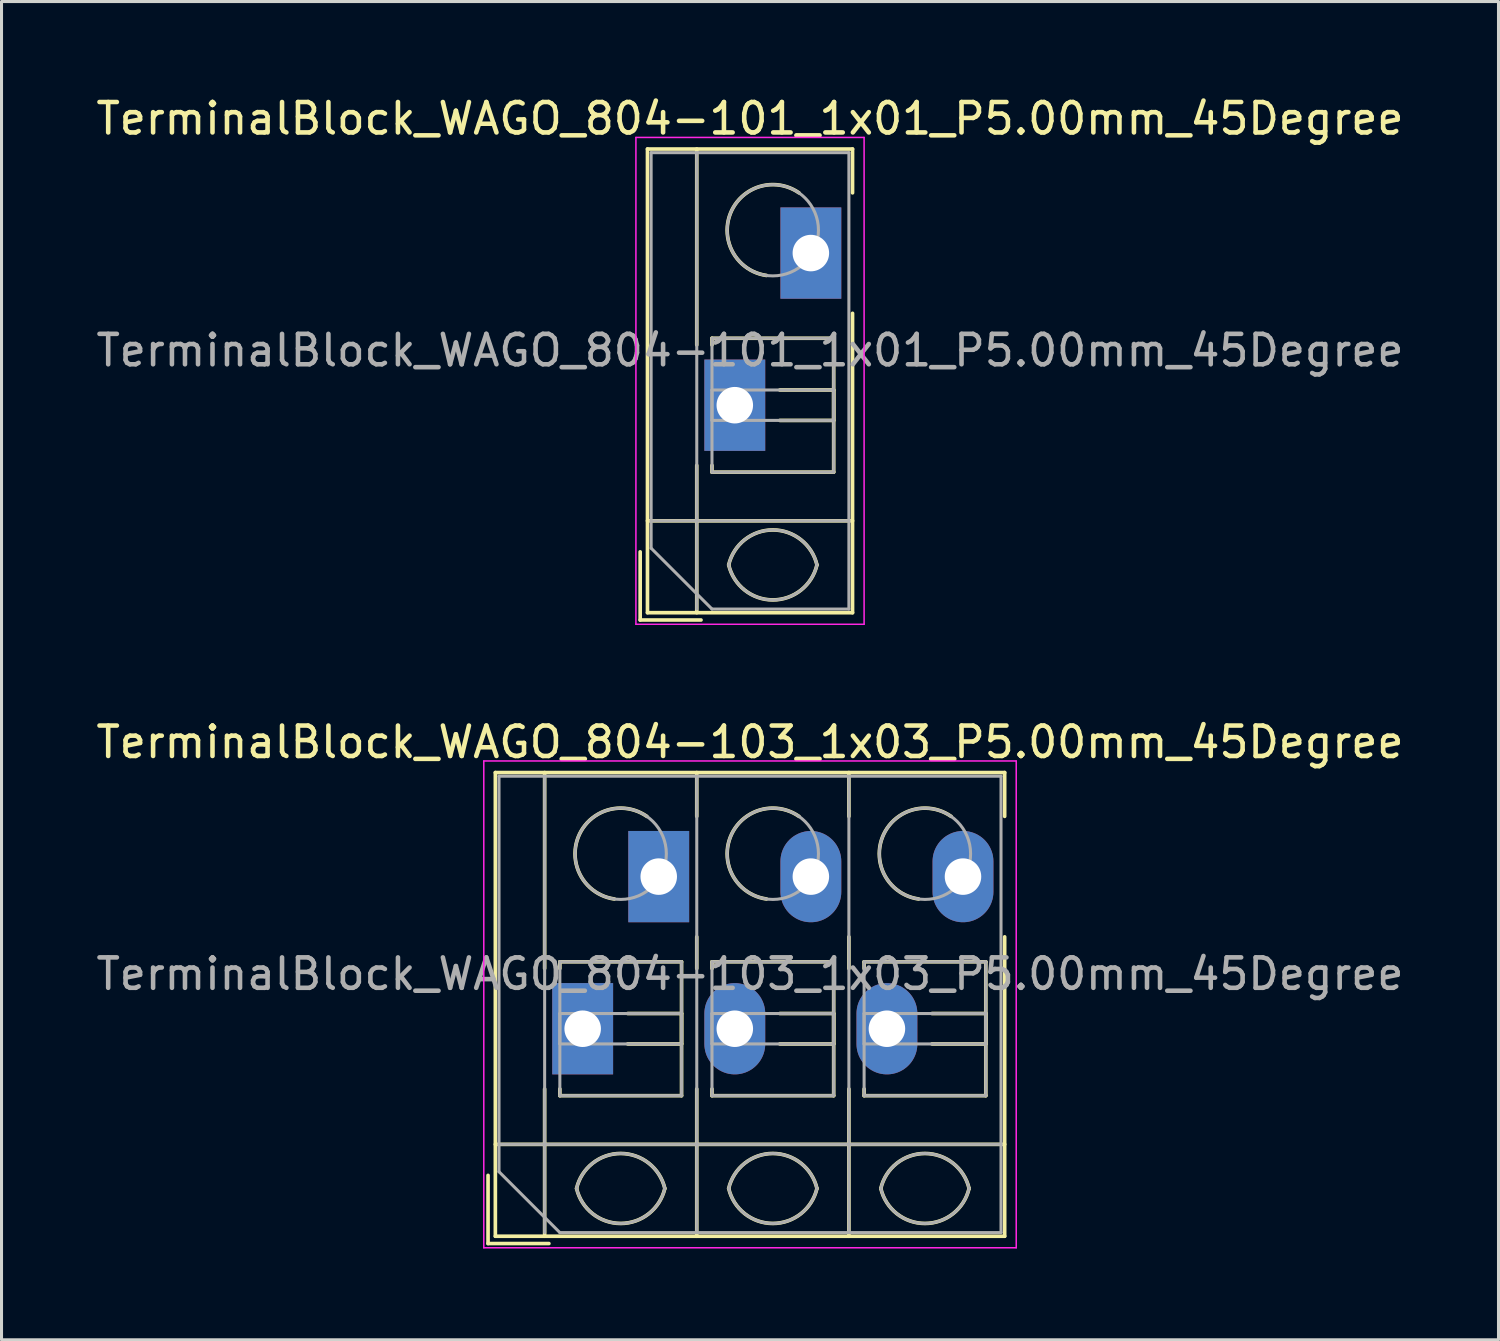
<source format=kicad_pcb>
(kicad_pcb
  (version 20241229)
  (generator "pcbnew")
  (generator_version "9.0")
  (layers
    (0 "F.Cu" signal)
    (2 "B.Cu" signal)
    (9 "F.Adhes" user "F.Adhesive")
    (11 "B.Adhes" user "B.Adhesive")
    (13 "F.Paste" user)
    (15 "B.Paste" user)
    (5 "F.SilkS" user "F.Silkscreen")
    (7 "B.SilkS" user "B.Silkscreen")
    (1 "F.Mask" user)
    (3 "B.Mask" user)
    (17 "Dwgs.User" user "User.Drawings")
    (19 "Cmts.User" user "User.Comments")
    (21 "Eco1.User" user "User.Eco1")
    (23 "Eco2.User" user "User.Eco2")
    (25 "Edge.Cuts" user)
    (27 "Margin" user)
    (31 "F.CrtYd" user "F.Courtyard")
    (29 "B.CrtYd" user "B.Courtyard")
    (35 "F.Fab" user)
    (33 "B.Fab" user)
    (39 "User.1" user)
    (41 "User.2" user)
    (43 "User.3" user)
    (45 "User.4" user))
  (footprint "TerminalBlock_WAGO_804-101_1x01_P5.00mm_45Degree"
    (layer "F.Cu")
    (at 21.101 10.268)
    (property "Reference" "TerminalBlock_WAGO_804-101_1x01_P5.00mm_45Degree" (at 0.5 -9.42 0) (layer "F.SilkS") (effects (font (size 1 1) (thickness 0.15))))
    (attr through_hole)
    (fp_line (start -3.11 4.82) (end -3.11 7.06) (stroke (width 0.12) (type solid)) (layer "F.SilkS"))
    (fp_line (start -3.11 7.06) (end -1.11 7.06) (stroke (width 0.12) (type solid)) (layer "F.SilkS"))
    (fp_line (start -2.87 -8.42) (end -2.87 6.82) (stroke (width 0.12) (type solid)) (layer "F.SilkS"))
    (fp_line (start -2.87 -8.42) (end 3.87 -8.42) (stroke (width 0.12) (type solid)) (layer "F.SilkS"))
    (fp_line (start -2.87 3.8) (end 3.87 3.8) (stroke (width 0.12) (type solid)) (layer "F.SilkS"))
    (fp_line (start -2.87 6.82) (end 3.87 6.82) (stroke (width 0.12) (type solid)) (layer "F.SilkS"))
    (fp_line (start -1.25 -8.42) (end -1.25 -1.98) (stroke (width 0.12) (type solid)) (layer "F.SilkS"))
    (fp_line (start -1.25 1.98) (end -1.25 6.82) (stroke (width 0.12) (type solid)) (layer "F.SilkS"))
    (fp_line (start -0.75 -2.2) (end -0.75 -1.98) (stroke (width 0.12) (type solid)) (layer "F.SilkS"))
    (fp_line (start -0.75 -2.2) (end 3.25 -2.2) (stroke (width 0.12) (type solid)) (layer "F.SilkS"))
    (fp_line (start -0.75 1.98) (end -0.75 2.2) (stroke (width 0.12) (type solid)) (layer "F.SilkS"))
    (fp_line (start -0.75 2.2) (end 3.25 2.2) (stroke (width 0.12) (type solid)) (layer "F.SilkS"))
    (fp_line (start 1.48 -0.5) (end 3.25 -0.5) (stroke (width 0.12) (type solid)) (layer "F.SilkS"))
    (fp_line (start 1.48 0.5) (end 3.25 0.5) (stroke (width 0.12) (type solid)) (layer "F.SilkS"))
    (fp_line (start 3.25 -2.2) (end 3.25 2.2) (stroke (width 0.12) (type solid)) (layer "F.SilkS"))
    (fp_line (start 3.25 -0.5) (end 3.25 0.5) (stroke (width 0.12) (type solid)) (layer "F.SilkS"))
    (fp_line (start 3.87 -8.42) (end 3.87 -6.98) (stroke (width 0.12) (type solid)) (layer "F.SilkS"))
    (fp_line (start 3.87 -3.02) (end 3.87 6.82) (stroke (width 0.12) (type solid)) (layer "F.SilkS"))
    (fp_arc (start -0.200865 5.250424) (mid 1.250296 4.099926) (end 2.701 5.251) (stroke (width 0.12) (type solid)) (layer "F.SilkS"))
    (fp_arc (start 1.040798 -4.264067) (mid -0.146039 -6.300306) (end 2.111 -6.979) (stroke (width 0.12) (type solid)) (layer "F.SilkS"))
    (fp_arc (start 2.7 5.25) (mid 1.250068 6.400101) (end -0.199969 5.250133) (stroke (width 0.12) (type solid)) (layer "F.SilkS"))
    (fp_line (start -3.25 -8.8) (end -3.25 7.2) (stroke (width 0.05) (type solid)) (layer "F.CrtYd"))
    (fp_line (start -3.25 7.2) (end 4.25 7.2) (stroke (width 0.05) (type solid)) (layer "F.CrtYd"))
    (fp_line (start 4.25 -8.8) (end -3.25 -8.8) (stroke (width 0.05) (type solid)) (layer "F.CrtYd"))
    (fp_line (start 4.25 7.2) (end 4.25 -8.8) (stroke (width 0.05) (type solid)) (layer "F.CrtYd"))
    (fp_line (start -2.75 -8.3) (end 3.75 -8.3) (stroke (width 0.1) (type solid)) (layer "F.Fab"))
    (fp_line (start -2.75 3.8) (end 3.75 3.8) (stroke (width 0.1) (type solid)) (layer "F.Fab"))
    (fp_line (start -2.75 4.7) (end -2.75 -8.3) (stroke (width 0.1) (type solid)) (layer "F.Fab"))
    (fp_line (start -1.25 -8.3) (end -1.25 6.7) (stroke (width 0.1) (type solid)) (layer "F.Fab"))
    (fp_line (start -0.75 -2.2) (end -0.75 2.2) (stroke (width 0.1) (type solid)) (layer "F.Fab"))
    (fp_line (start -0.75 -0.5) (end -0.75 0.5) (stroke (width 0.1) (type solid)) (layer "F.Fab"))
    (fp_line (start -0.75 0.5) (end 3.25 0.5) (stroke (width 0.1) (type solid)) (layer "F.Fab"))
    (fp_line (start -0.75 2.2) (end 3.25 2.2) (stroke (width 0.1) (type solid)) (layer "F.Fab"))
    (fp_line (start -0.75 6.7) (end -2.75 4.7) (stroke (width 0.1) (type solid)) (layer "F.Fab"))
    (fp_line (start 3.25 -2.2) (end -0.75 -2.2) (stroke (width 0.1) (type solid)) (layer "F.Fab"))
    (fp_line (start 3.25 -0.5) (end -0.75 -0.5) (stroke (width 0.1) (type solid)) (layer "F.Fab"))
    (fp_line (start 3.25 0.5) (end 3.25 -0.5) (stroke (width 0.1) (type solid)) (layer "F.Fab"))
    (fp_line (start 3.25 2.2) (end 3.25 -2.2) (stroke (width 0.1) (type solid)) (layer "F.Fab"))
    (fp_line (start 3.75 -8.3) (end 3.75 6.7) (stroke (width 0.1) (type solid)) (layer "F.Fab"))
    (fp_line (start 3.75 6.7) (end -0.75 6.7) (stroke (width 0.1) (type solid)) (layer "F.Fab"))
    (fp_arc (start -0.200865 5.250424) (mid 1.250296 4.099926) (end 2.701 5.251) (stroke (width 0.1) (type solid)) (layer "F.Fab"))
    (fp_arc (start 2.7 5.25) (mid 1.250068 6.400101) (end -0.199969 5.250133) (stroke (width 0.1) (type solid)) (layer "F.Fab"))
    (fp_circle (center 1.25 -5.75) (end 2.75 -5.75) (stroke (width 0.1) (type solid)) (fill no) (layer "F.Fab"))
    (fp_text user "${REFERENCE}" (at 0.5 -1.8 0) (layer "F.Fab") (effects (font (size 1 1) (thickness 0.15))))
    (pad "1" thru_hole rect (at 0 0) (size 2 3) (drill 1.2) (layers "*.Cu" "*.Mask"))
    (pad "1" thru_hole rect (at 2.5 -5) (size 2 3) (drill 1.2) (layers "*.Cu" "*.Mask")))
  (footprint "TerminalBlock_WAGO_804-103_1x03_P5.00mm_45Degree"
    (layer "F.Cu")
    (at 16.101 30.762)
    (property "Reference" "TerminalBlock_WAGO_804-103_1x03_P5.00mm_45Degree" (at 5.5 -9.42 0) (layer "F.SilkS") (effects (font (size 1 1) (thickness 0.15))))
    (attr through_hole)
    (fp_line (start -3.11 4.82) (end -3.11 7.06) (stroke (width 0.12) (type solid)) (layer "F.SilkS"))
    (fp_line (start -3.11 7.06) (end -1.11 7.06) (stroke (width 0.12) (type solid)) (layer "F.SilkS"))
    (fp_line (start -2.87 -8.42) (end -2.87 6.82) (stroke (width 0.12) (type solid)) (layer "F.SilkS"))
    (fp_line (start -2.87 -8.42) (end 13.87 -8.42) (stroke (width 0.12) (type solid)) (layer "F.SilkS"))
    (fp_line (start -2.87 3.8) (end 13.87 3.8) (stroke (width 0.12) (type solid)) (layer "F.SilkS"))
    (fp_line (start -2.87 6.82) (end 13.87 6.82) (stroke (width 0.12) (type solid)) (layer "F.SilkS"))
    (fp_line (start -1.25 -8.42) (end -1.25 -1.98) (stroke (width 0.12) (type solid)) (layer "F.SilkS"))
    (fp_line (start -1.25 1.98) (end -1.25 6.82) (stroke (width 0.12) (type solid)) (layer "F.SilkS"))
    (fp_line (start -0.75 -2.2) (end -0.75 -1.98) (stroke (width 0.12) (type solid)) (layer "F.SilkS"))
    (fp_line (start -0.75 -2.2) (end 3.25 -2.2) (stroke (width 0.12) (type solid)) (layer "F.SilkS"))
    (fp_line (start -0.75 1.98) (end -0.75 2.2) (stroke (width 0.12) (type solid)) (layer "F.SilkS"))
    (fp_line (start -0.75 2.2) (end 3.25 2.2) (stroke (width 0.12) (type solid)) (layer "F.SilkS"))
    (fp_line (start 1.48 -0.5) (end 3.25 -0.5) (stroke (width 0.12) (type solid)) (layer "F.SilkS"))
    (fp_line (start 1.48 0.5) (end 3.25 0.5) (stroke (width 0.12) (type solid)) (layer "F.SilkS"))
    (fp_line (start 3.25 -2.2) (end 3.25 2.2) (stroke (width 0.12) (type solid)) (layer "F.SilkS"))
    (fp_line (start 3.25 -0.5) (end 3.25 0.5) (stroke (width 0.12) (type solid)) (layer "F.SilkS"))
    (fp_line (start 3.75 -8.42) (end 3.75 -6.98) (stroke (width 0.12) (type solid)) (layer "F.SilkS"))
    (fp_line (start 3.75 -3.02) (end 3.75 -1.98) (stroke (width 0.12) (type solid)) (layer "F.SilkS"))
    (fp_line (start 3.75 1.98) (end 3.75 6.82) (stroke (width 0.12) (type solid)) (layer "F.SilkS"))
    (fp_line (start 4.25 -2.2) (end 4.25 -1.98) (stroke (width 0.12) (type solid)) (layer "F.SilkS"))
    (fp_line (start 4.25 -2.2) (end 8.25 -2.2) (stroke (width 0.12) (type solid)) (layer "F.SilkS"))
    (fp_line (start 4.25 1.98) (end 4.25 2.2) (stroke (width 0.12) (type solid)) (layer "F.SilkS"))
    (fp_line (start 4.25 2.2) (end 8.25 2.2) (stroke (width 0.12) (type solid)) (layer "F.SilkS"))
    (fp_line (start 6.48 -0.5) (end 8.25 -0.5) (stroke (width 0.12) (type solid)) (layer "F.SilkS"))
    (fp_line (start 6.48 0.5) (end 8.25 0.5) (stroke (width 0.12) (type solid)) (layer "F.SilkS"))
    (fp_line (start 8.25 -2.2) (end 8.25 2.2) (stroke (width 0.12) (type solid)) (layer "F.SilkS"))
    (fp_line (start 8.25 -0.5) (end 8.25 0.5) (stroke (width 0.12) (type solid)) (layer "F.SilkS"))
    (fp_line (start 8.75 -8.42) (end 8.75 -6.98) (stroke (width 0.12) (type solid)) (layer "F.SilkS"))
    (fp_line (start 8.75 -3.02) (end 8.75 -1.98) (stroke (width 0.12) (type solid)) (layer "F.SilkS"))
    (fp_line (start 8.75 1.98) (end 8.75 6.82) (stroke (width 0.12) (type solid)) (layer "F.SilkS"))
    (fp_line (start 9.25 -2.2) (end 9.25 -1.98) (stroke (width 0.12) (type solid)) (layer "F.SilkS"))
    (fp_line (start 9.25 -2.2) (end 13.25 -2.2) (stroke (width 0.12) (type solid)) (layer "F.SilkS"))
    (fp_line (start 9.25 1.98) (end 9.25 2.2) (stroke (width 0.12) (type solid)) (layer "F.SilkS"))
    (fp_line (start 9.25 2.2) (end 13.25 2.2) (stroke (width 0.12) (type solid)) (layer "F.SilkS"))
    (fp_line (start 11.48 -0.5) (end 13.25 -0.5) (stroke (width 0.12) (type solid)) (layer "F.SilkS"))
    (fp_line (start 11.48 0.5) (end 13.25 0.5) (stroke (width 0.12) (type solid)) (layer "F.SilkS"))
    (fp_line (start 13.25 -2.2) (end 13.25 2.2) (stroke (width 0.12) (type solid)) (layer "F.SilkS"))
    (fp_line (start 13.25 -0.5) (end 13.25 0.5) (stroke (width 0.12) (type solid)) (layer "F.SilkS"))
    (fp_line (start 13.87 -8.42) (end 13.87 -6.98) (stroke (width 0.12) (type solid)) (layer "F.SilkS"))
    (fp_line (start 13.87 -3.02) (end 13.87 6.82) (stroke (width 0.12) (type solid)) (layer "F.SilkS"))
    (fp_arc (start -0.200865 5.250424) (mid 1.250296 4.099926) (end 2.701 5.251) (stroke (width 0.12) (type solid)) (layer "F.SilkS"))
    (fp_arc (start 1.040798 -4.264067) (mid -0.146039 -6.300306) (end 2.111 -6.979) (stroke (width 0.12) (type solid)) (layer "F.SilkS"))
    (fp_arc (start 2.7 5.25) (mid 1.250068 6.400101) (end -0.199969 5.250133) (stroke (width 0.12) (type solid)) (layer "F.SilkS"))
    (fp_arc (start 4.799135 5.250424) (mid 6.250296 4.099926) (end 7.701 5.251) (stroke (width 0.12) (type solid)) (layer "F.SilkS"))
    (fp_arc (start 6.040798 -4.264067) (mid 4.853961 -6.300306) (end 7.111 -6.979) (stroke (width 0.12) (type solid)) (layer "F.SilkS"))
    (fp_arc (start 7.7 5.25) (mid 6.250068 6.400101) (end 4.800031 5.250133) (stroke (width 0.12) (type solid)) (layer "F.SilkS"))
    (fp_arc (start 9.799135 5.250424) (mid 11.250296 4.099926) (end 12.701 5.251) (stroke (width 0.12) (type solid)) (layer "F.SilkS"))
    (fp_arc (start 11.040798 -4.264067) (mid 9.853961 -6.300306) (end 12.111 -6.979) (stroke (width 0.12) (type solid)) (layer "F.SilkS"))
    (fp_arc (start 12.7 5.25) (mid 11.250068 6.400101) (end 9.800031 5.250133) (stroke (width 0.12) (type solid)) (layer "F.SilkS"))
    (fp_line (start -3.25 -8.8) (end -3.25 7.2) (stroke (width 0.05) (type solid)) (layer "F.CrtYd"))
    (fp_line (start -3.25 7.2) (end 14.25 7.2) (stroke (width 0.05) (type solid)) (layer "F.CrtYd"))
    (fp_line (start 14.25 -8.8) (end -3.25 -8.8) (stroke (width 0.05) (type solid)) (layer "F.CrtYd"))
    (fp_line (start 14.25 7.2) (end 14.25 -8.8) (stroke (width 0.05) (type solid)) (layer "F.CrtYd"))
    (fp_line (start -2.75 -8.3) (end 13.75 -8.3) (stroke (width 0.1) (type solid)) (layer "F.Fab"))
    (fp_line (start -2.75 3.8) (end 13.75 3.8) (stroke (width 0.1) (type solid)) (layer "F.Fab"))
    (fp_line (start -2.75 4.7) (end -2.75 -8.3) (stroke (width 0.1) (type solid)) (layer "F.Fab"))
    (fp_line (start -1.25 -8.3) (end -1.25 6.7) (stroke (width 0.1) (type solid)) (layer "F.Fab"))
    (fp_line (start -0.75 -2.2) (end -0.75 2.2) (stroke (width 0.1) (type solid)) (layer "F.Fab"))
    (fp_line (start -0.75 -0.5) (end -0.75 0.5) (stroke (width 0.1) (type solid)) (layer "F.Fab"))
    (fp_line (start -0.75 0.5) (end 3.25 0.5) (stroke (width 0.1) (type solid)) (layer "F.Fab"))
    (fp_line (start -0.75 2.2) (end 3.25 2.2) (stroke (width 0.1) (type solid)) (layer "F.Fab"))
    (fp_line (start -0.75 6.7) (end -2.75 4.7) (stroke (width 0.1) (type solid)) (layer "F.Fab"))
    (fp_line (start 3.25 -2.2) (end -0.75 -2.2) (stroke (width 0.1) (type solid)) (layer "F.Fab"))
    (fp_line (start 3.25 -0.5) (end -0.75 -0.5) (stroke (width 0.1) (type solid)) (layer "F.Fab"))
    (fp_line (start 3.25 0.5) (end 3.25 -0.5) (stroke (width 0.1) (type solid)) (layer "F.Fab"))
    (fp_line (start 3.25 2.2) (end 3.25 -2.2) (stroke (width 0.1) (type solid)) (layer "F.Fab"))
    (fp_line (start 3.75 -8.3) (end 3.75 6.7) (stroke (width 0.1) (type solid)) (layer "F.Fab"))
    (fp_line (start 4.25 -2.2) (end 4.25 2.2) (stroke (width 0.1) (type solid)) (layer "F.Fab"))
    (fp_line (start 4.25 -0.5) (end 4.25 0.5) (stroke (width 0.1) (type solid)) (layer "F.Fab"))
    (fp_line (start 4.25 0.5) (end 8.25 0.5) (stroke (width 0.1) (type solid)) (layer "F.Fab"))
    (fp_line (start 4.25 2.2) (end 8.25 2.2) (stroke (width 0.1) (type solid)) (layer "F.Fab"))
    (fp_line (start 8.25 -2.2) (end 4.25 -2.2) (stroke (width 0.1) (type solid)) (layer "F.Fab"))
    (fp_line (start 8.25 -0.5) (end 4.25 -0.5) (stroke (width 0.1) (type solid)) (layer "F.Fab"))
    (fp_line (start 8.25 0.5) (end 8.25 -0.5) (stroke (width 0.1) (type solid)) (layer "F.Fab"))
    (fp_line (start 8.25 2.2) (end 8.25 -2.2) (stroke (width 0.1) (type solid)) (layer "F.Fab"))
    (fp_line (start 8.75 -8.3) (end 8.75 6.7) (stroke (width 0.1) (type solid)) (layer "F.Fab"))
    (fp_line (start 9.25 -2.2) (end 9.25 2.2) (stroke (width 0.1) (type solid)) (layer "F.Fab"))
    (fp_line (start 9.25 -0.5) (end 9.25 0.5) (stroke (width 0.1) (type solid)) (layer "F.Fab"))
    (fp_line (start 9.25 0.5) (end 13.25 0.5) (stroke (width 0.1) (type solid)) (layer "F.Fab"))
    (fp_line (start 9.25 2.2) (end 13.25 2.2) (stroke (width 0.1) (type solid)) (layer "F.Fab"))
    (fp_line (start 13.25 -2.2) (end 9.25 -2.2) (stroke (width 0.1) (type solid)) (layer "F.Fab"))
    (fp_line (start 13.25 -0.5) (end 9.25 -0.5) (stroke (width 0.1) (type solid)) (layer "F.Fab"))
    (fp_line (start 13.25 0.5) (end 13.25 -0.5) (stroke (width 0.1) (type solid)) (layer "F.Fab"))
    (fp_line (start 13.25 2.2) (end 13.25 -2.2) (stroke (width 0.1) (type solid)) (layer "F.Fab"))
    (fp_line (start 13.75 -8.3) (end 13.75 6.7) (stroke (width 0.1) (type solid)) (layer "F.Fab"))
    (fp_line (start 13.75 6.7) (end -0.75 6.7) (stroke (width 0.1) (type solid)) (layer "F.Fab"))
    (fp_arc (start -0.200865 5.250424) (mid 1.250296 4.099926) (end 2.701 5.251) (stroke (width 0.1) (type solid)) (layer "F.Fab"))
    (fp_arc (start 2.7 5.25) (mid 1.250068 6.400101) (end -0.199969 5.250133) (stroke (width 0.1) (type solid)) (layer "F.Fab"))
    (fp_arc (start 4.799135 5.250424) (mid 6.250296 4.099926) (end 7.701 5.251) (stroke (width 0.1) (type solid)) (layer "F.Fab"))
    (fp_arc (start 7.7 5.25) (mid 6.250068 6.400101) (end 4.800031 5.250133) (stroke (width 0.1) (type solid)) (layer "F.Fab"))
    (fp_arc (start 9.799135 5.250424) (mid 11.250296 4.099926) (end 12.701 5.251) (stroke (width 0.1) (type solid)) (layer "F.Fab"))
    (fp_arc (start 12.7 5.25) (mid 11.250068 6.400101) (end 9.800031 5.250133) (stroke (width 0.1) (type solid)) (layer "F.Fab"))
    (fp_circle (center 1.25 -5.75) (end 2.75 -5.75) (stroke (width 0.1) (type solid)) (fill no) (layer "F.Fab"))
    (fp_circle (center 6.25 -5.75) (end 7.75 -5.75) (stroke (width 0.1) (type solid)) (fill no) (layer "F.Fab"))
    (fp_circle (center 11.25 -5.75) (end 12.75 -5.75) (stroke (width 0.1) (type solid)) (fill no) (layer "F.Fab"))
    (fp_text user "${REFERENCE}" (at 5.5 -1.8 0) (layer "F.Fab") (effects (font (size 1 1) (thickness 0.15))))
    (pad "1" thru_hole rect (at 0 0) (size 2 3) (drill 1.2) (layers "*.Cu" "*.Mask"))
    (pad "1" thru_hole rect (at 2.5 -5) (size 2 3) (drill 1.2) (layers "*.Cu" "*.Mask"))
    (pad "2" thru_hole oval (at 5 0) (size 2 3) (drill 1.2) (layers "*.Cu" "*.Mask"))
    (pad "2" thru_hole oval (at 7.5 -5) (size 2 3) (drill 1.2) (layers "*.Cu" "*.Mask"))
    (pad "3" thru_hole oval (at 10 0) (size 2 3) (drill 1.2) (layers "*.Cu" "*.Mask"))
    (pad "3" thru_hole oval (at 12.5 -5) (size 2 3) (drill 1.2) (layers "*.Cu" "*.Mask")))
  (gr_rect
    (start -3 -3)
    (end 46.202 40.986)
    (stroke (width 0.1) (type default))
    (fill no)
    (layer "Edge.Cuts")))
</source>
